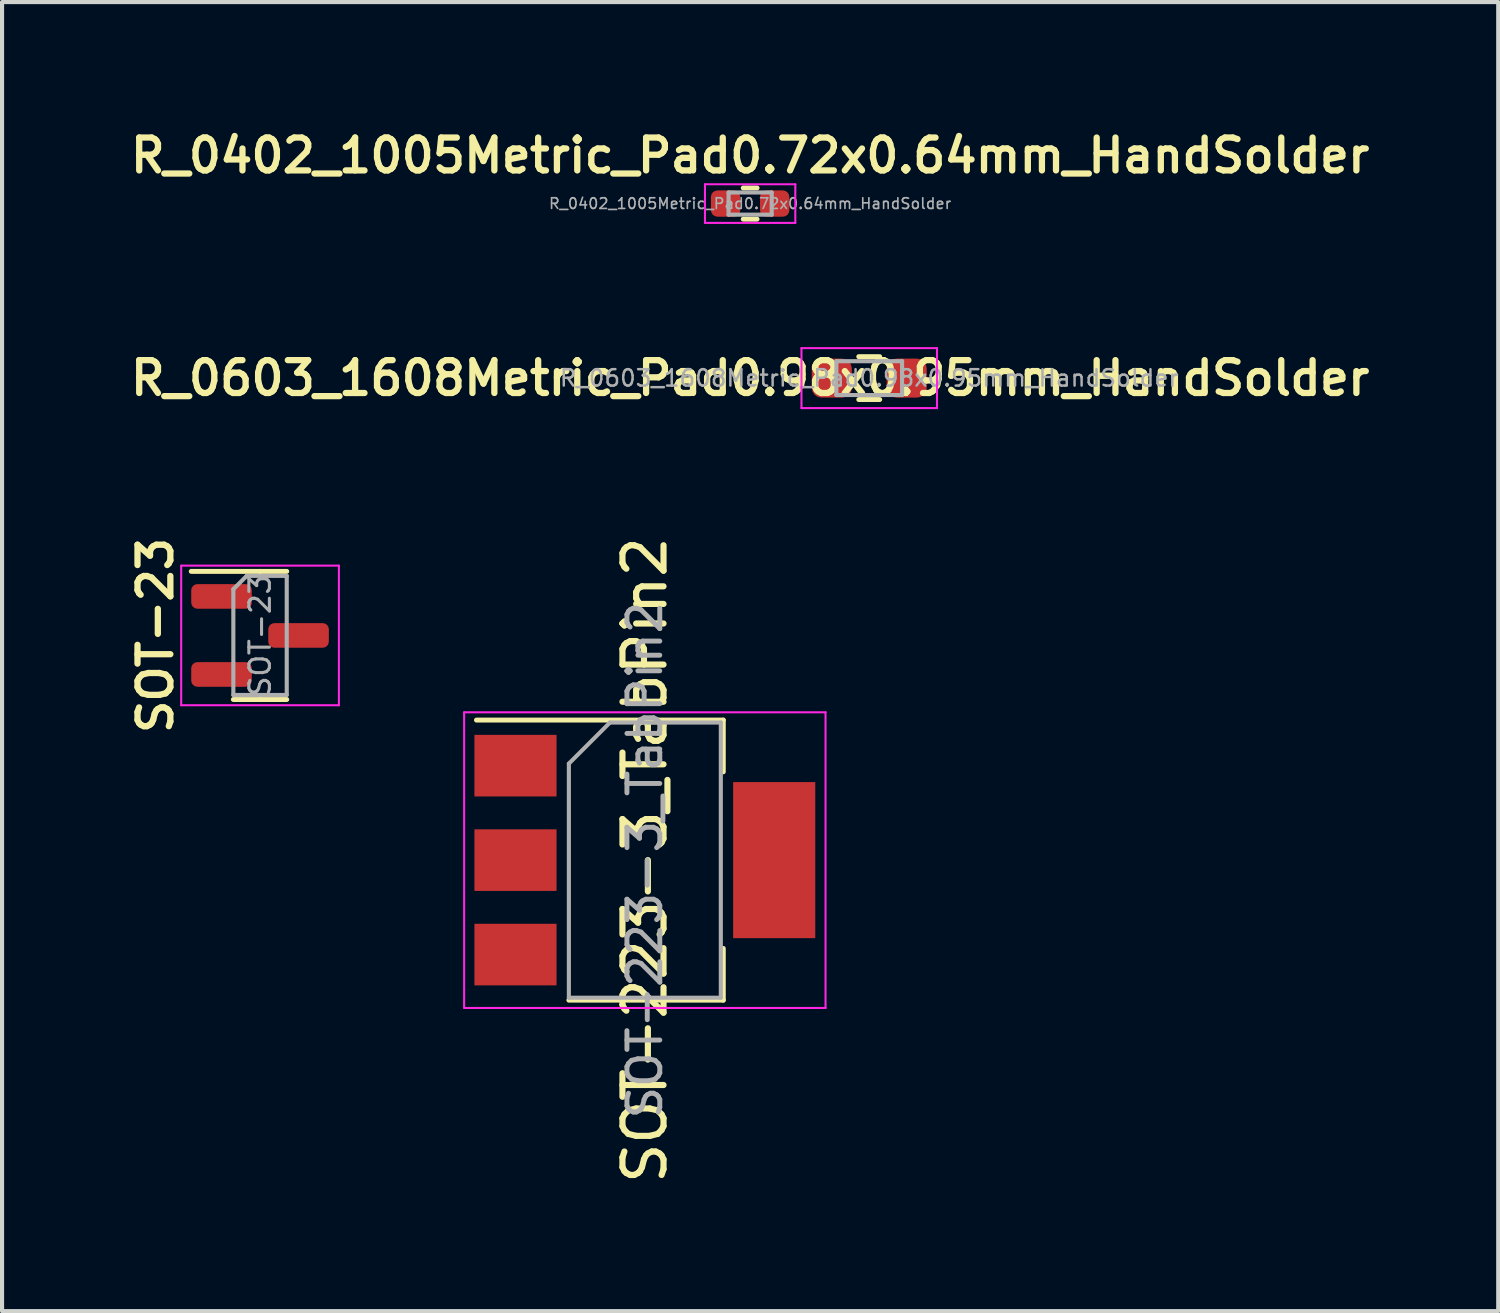
<source format=kicad_pcb>
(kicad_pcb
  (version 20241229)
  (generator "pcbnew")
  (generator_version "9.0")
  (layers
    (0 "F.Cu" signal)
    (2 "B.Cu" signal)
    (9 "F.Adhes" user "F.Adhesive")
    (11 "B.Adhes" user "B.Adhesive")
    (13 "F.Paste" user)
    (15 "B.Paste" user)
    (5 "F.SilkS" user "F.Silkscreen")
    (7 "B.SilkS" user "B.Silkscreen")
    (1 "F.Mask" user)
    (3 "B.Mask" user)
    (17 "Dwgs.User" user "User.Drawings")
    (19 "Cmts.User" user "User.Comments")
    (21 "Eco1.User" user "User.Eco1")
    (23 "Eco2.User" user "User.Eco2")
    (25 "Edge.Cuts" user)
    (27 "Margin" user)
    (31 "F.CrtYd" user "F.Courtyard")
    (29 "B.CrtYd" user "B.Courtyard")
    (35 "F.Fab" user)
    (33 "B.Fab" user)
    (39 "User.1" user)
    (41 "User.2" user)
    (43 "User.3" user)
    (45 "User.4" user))
  (footprint "R_0603_1608Metric_Pad0.98x0.95mm_HandSolder"
    (layer "F.Cu")
    (at 18.116 6.157)
    (property "Reference" "R_0603_1608Metric_Pad0.98x0.95mm_HandSolder" (at -2.9 0 0) (layer "F.SilkS") (effects (font (size 0.8 0.8) (thickness 0.153))))
    (attr smd)
    (fp_line (start -0.255 -0.522) (end 0.255 -0.522) (stroke (width 0.12) (type solid)) (layer "F.SilkS"))
    (fp_line (start -0.255 0.522) (end 0.255 0.522) (stroke (width 0.12) (type solid)) (layer "F.SilkS"))
    (fp_line (start -1.65 -0.73) (end 1.65 -0.73) (stroke (width 0.05) (type solid)) (layer "F.CrtYd"))
    (fp_line (start -1.65 0.73) (end -1.65 -0.73) (stroke (width 0.05) (type solid)) (layer "F.CrtYd"))
    (fp_line (start 1.65 -0.73) (end 1.65 0.73) (stroke (width 0.05) (type solid)) (layer "F.CrtYd"))
    (fp_line (start 1.65 0.73) (end -1.65 0.73) (stroke (width 0.05) (type solid)) (layer "F.CrtYd"))
    (fp_line (start -0.8 -0.412) (end 0.8 -0.412) (stroke (width 0.1) (type solid)) (layer "F.Fab"))
    (fp_line (start -0.8 0.412) (end -0.8 -0.412) (stroke (width 0.1) (type solid)) (layer "F.Fab"))
    (fp_line (start 0.8 -0.412) (end 0.8 0.412) (stroke (width 0.1) (type solid)) (layer "F.Fab"))
    (fp_line (start 0.8 0.412) (end -0.8 0.412) (stroke (width 0.1) (type solid)) (layer "F.Fab"))
    (fp_text user "${REFERENCE}" (at 0 0 0) (layer "F.Fab") (effects (font (size 0.4 0.4) (thickness 0.06))))
    (pad "1" smd roundrect (at -0.912 0 180) (size 0.975 0.95) (layers "F.Cu" "F.Mask" "F.Paste") (roundrect_rratio 0.25))
    (pad "2" smd roundrect (at 0.912 0 180) (size 0.975 0.95) (layers "F.Cu" "F.Mask" "F.Paste") (roundrect_rratio 0.25)))
  (footprint "SOT-23"
    (layer "F.Cu")
    (at 3.282 12.423)
    (property "Reference" "SOT-23" (at -2.546 0 90) (layer "F.SilkS") (effects (font (size 0.8 0.8) (thickness 0.153))))
    (attr smd)
    (fp_line (start 0 -1.56) (end -1.675 -1.56) (stroke (width 0.12) (type solid)) (layer "F.SilkS"))
    (fp_line (start 0 -1.56) (end 0.65 -1.56) (stroke (width 0.12) (type solid)) (layer "F.SilkS"))
    (fp_line (start 0 1.56) (end -0.65 1.56) (stroke (width 0.12) (type solid)) (layer "F.SilkS"))
    (fp_line (start 0 1.56) (end 0.65 1.56) (stroke (width 0.12) (type solid)) (layer "F.SilkS"))
    (fp_line (start -1.92 -1.7) (end -1.92 1.7) (stroke (width 0.05) (type solid)) (layer "F.CrtYd"))
    (fp_line (start -1.92 1.7) (end 1.92 1.7) (stroke (width 0.05) (type solid)) (layer "F.CrtYd"))
    (fp_line (start 1.92 -1.7) (end -1.92 -1.7) (stroke (width 0.05) (type solid)) (layer "F.CrtYd"))
    (fp_line (start 1.92 1.7) (end 1.92 -1.7) (stroke (width 0.05) (type solid)) (layer "F.CrtYd"))
    (fp_line (start -0.65 -1.125) (end -0.325 -1.45) (stroke (width 0.1) (type solid)) (layer "F.Fab"))
    (fp_line (start -0.65 1.45) (end -0.65 -1.125) (stroke (width 0.1) (type solid)) (layer "F.Fab"))
    (fp_line (start -0.325 -1.45) (end 0.65 -1.45) (stroke (width 0.1) (type solid)) (layer "F.Fab"))
    (fp_line (start 0.65 -1.45) (end 0.65 1.45) (stroke (width 0.1) (type solid)) (layer "F.Fab"))
    (fp_line (start 0.65 1.45) (end -0.65 1.45) (stroke (width 0.1) (type solid)) (layer "F.Fab"))
    (fp_text user "${REFERENCE}" (at 0 0 90) (layer "F.Fab") (effects (font (size 0.5 0.5) (thickness 0.075))))
    (pad "1" smd roundrect (at -0.938 -0.95 180) (size 1.475 0.6) (layers "F.Cu" "F.Mask" "F.Paste") (roundrect_rratio 0.25))
    (pad "2" smd roundrect (at -0.938 0.95 180) (size 1.475 0.6) (layers "F.Cu" "F.Mask" "F.Paste") (roundrect_rratio 0.25))
    (pad "3" smd roundrect (at 0.938 0 180) (size 1.475 0.6) (layers "F.Cu" "F.Mask" "F.Paste") (roundrect_rratio 0.25)))
  (footprint "SOT-223-3_TabPin2"
    (layer "F.Cu")
    (at 12.652 17.894)
    (property "Reference" "SOT-223-3_TabPin2" (at 0 0 90) (layer "F.SilkS") (effects (font (size 1 1) (thickness 0.15))))
    (attr smd)
    (fp_line (start -4.1 -3.41) (end 1.91 -3.41) (stroke (width 0.12) (type solid)) (layer "F.SilkS"))
    (fp_line (start -1.85 3.41) (end 1.91 3.41) (stroke (width 0.12) (type solid)) (layer "F.SilkS"))
    (fp_line (start 1.91 -3.41) (end 1.91 -2.15) (stroke (width 0.12) (type solid)) (layer "F.SilkS"))
    (fp_line (start 1.91 3.41) (end 1.91 2.15) (stroke (width 0.12) (type solid)) (layer "F.SilkS"))
    (fp_line (start -4.4 -3.6) (end -4.4 3.6) (stroke (width 0.05) (type solid)) (layer "F.CrtYd"))
    (fp_line (start -4.4 3.6) (end 4.4 3.6) (stroke (width 0.05) (type solid)) (layer "F.CrtYd"))
    (fp_line (start 4.4 -3.6) (end -4.4 -3.6) (stroke (width 0.05) (type solid)) (layer "F.CrtYd"))
    (fp_line (start 4.4 3.6) (end 4.4 -3.6) (stroke (width 0.05) (type solid)) (layer "F.CrtYd"))
    (fp_line (start -1.85 -2.35) (end -1.85 3.35) (stroke (width 0.1) (type solid)) (layer "F.Fab"))
    (fp_line (start -1.85 -2.35) (end -0.85 -3.35) (stroke (width 0.1) (type solid)) (layer "F.Fab"))
    (fp_line (start -1.85 3.35) (end 1.85 3.35) (stroke (width 0.1) (type solid)) (layer "F.Fab"))
    (fp_line (start -0.85 -3.35) (end 1.85 -3.35) (stroke (width 0.1) (type solid)) (layer "F.Fab"))
    (fp_line (start 1.85 -3.35) (end 1.85 3.35) (stroke (width 0.1) (type solid)) (layer "F.Fab"))
    (fp_text user "${REFERENCE}" (at 0 0 90) (layer "F.Fab") (effects (font (size 0.8 0.8) (thickness 0.12))))
    (pad "1" smd rect (at -3.15 -2.3 180) (size 2 1.5) (layers "F.Cu" "F.Mask" "F.Paste"))
    (pad "2" smd rect (at -3.15 0 180) (size 2 1.5) (layers "F.Cu" "F.Mask" "F.Paste"))
    (pad "2" smd rect (at 3.15 0 180) (size 2 3.8) (layers "F.Cu" "F.Mask" "F.Paste"))
    (pad "3" smd rect (at -3.15 2.3 180) (size 2 1.5) (layers "F.Cu" "F.Mask" "F.Paste")))
  (footprint "R_0402_1005Metric_Pad0.72x0.64mm_HandSolder"
    (layer "F.Cu")
    (at 15.216 1.907)
    (property "Reference" "R_0402_1005Metric_Pad0.72x0.64mm_HandSolder" (at 0 -1.17 0) (layer "F.SilkS") (effects (font (size 0.8 0.8) (thickness 0.153))))
    (attr smd)
    (fp_line (start -0.168 -0.38) (end 0.168 -0.38) (stroke (width 0.12) (type solid)) (layer "F.SilkS"))
    (fp_line (start -0.168 0.38) (end 0.168 0.38) (stroke (width 0.12) (type solid)) (layer "F.SilkS"))
    (fp_line (start -1.1 -0.47) (end 1.1 -0.47) (stroke (width 0.05) (type solid)) (layer "F.CrtYd"))
    (fp_line (start -1.1 0.47) (end -1.1 -0.47) (stroke (width 0.05) (type solid)) (layer "F.CrtYd"))
    (fp_line (start 1.1 -0.47) (end 1.1 0.47) (stroke (width 0.05) (type solid)) (layer "F.CrtYd"))
    (fp_line (start 1.1 0.47) (end -1.1 0.47) (stroke (width 0.05) (type solid)) (layer "F.CrtYd"))
    (fp_line (start -0.525 -0.27) (end 0.525 -0.27) (stroke (width 0.1) (type solid)) (layer "F.Fab"))
    (fp_line (start -0.525 0.27) (end -0.525 -0.27) (stroke (width 0.1) (type solid)) (layer "F.Fab"))
    (fp_line (start 0.525 -0.27) (end 0.525 0.27) (stroke (width 0.1) (type solid)) (layer "F.Fab"))
    (fp_line (start 0.525 0.27) (end -0.525 0.27) (stroke (width 0.1) (type solid)) (layer "F.Fab"))
    (fp_text user "${REFERENCE}" (at 0 0 0) (layer "F.Fab") (effects (font (size 0.26 0.26) (thickness 0.04))))
    (pad "1" smd roundrect (at -0.598 0 180) (size 0.715 0.64) (layers "F.Cu" "F.Mask" "F.Paste") (roundrect_rratio 0.25))
    (pad "2" smd roundrect (at 0.598 0 180) (size 0.715 0.64) (layers "F.Cu" "F.Mask" "F.Paste") (roundrect_rratio 0.25)))
  (gr_rect
    (start -3 -3)
    (end 33.432 28.876)
    (stroke (width 0.1) (type default))
    (fill no)
    (layer "Edge.Cuts")))
</source>
